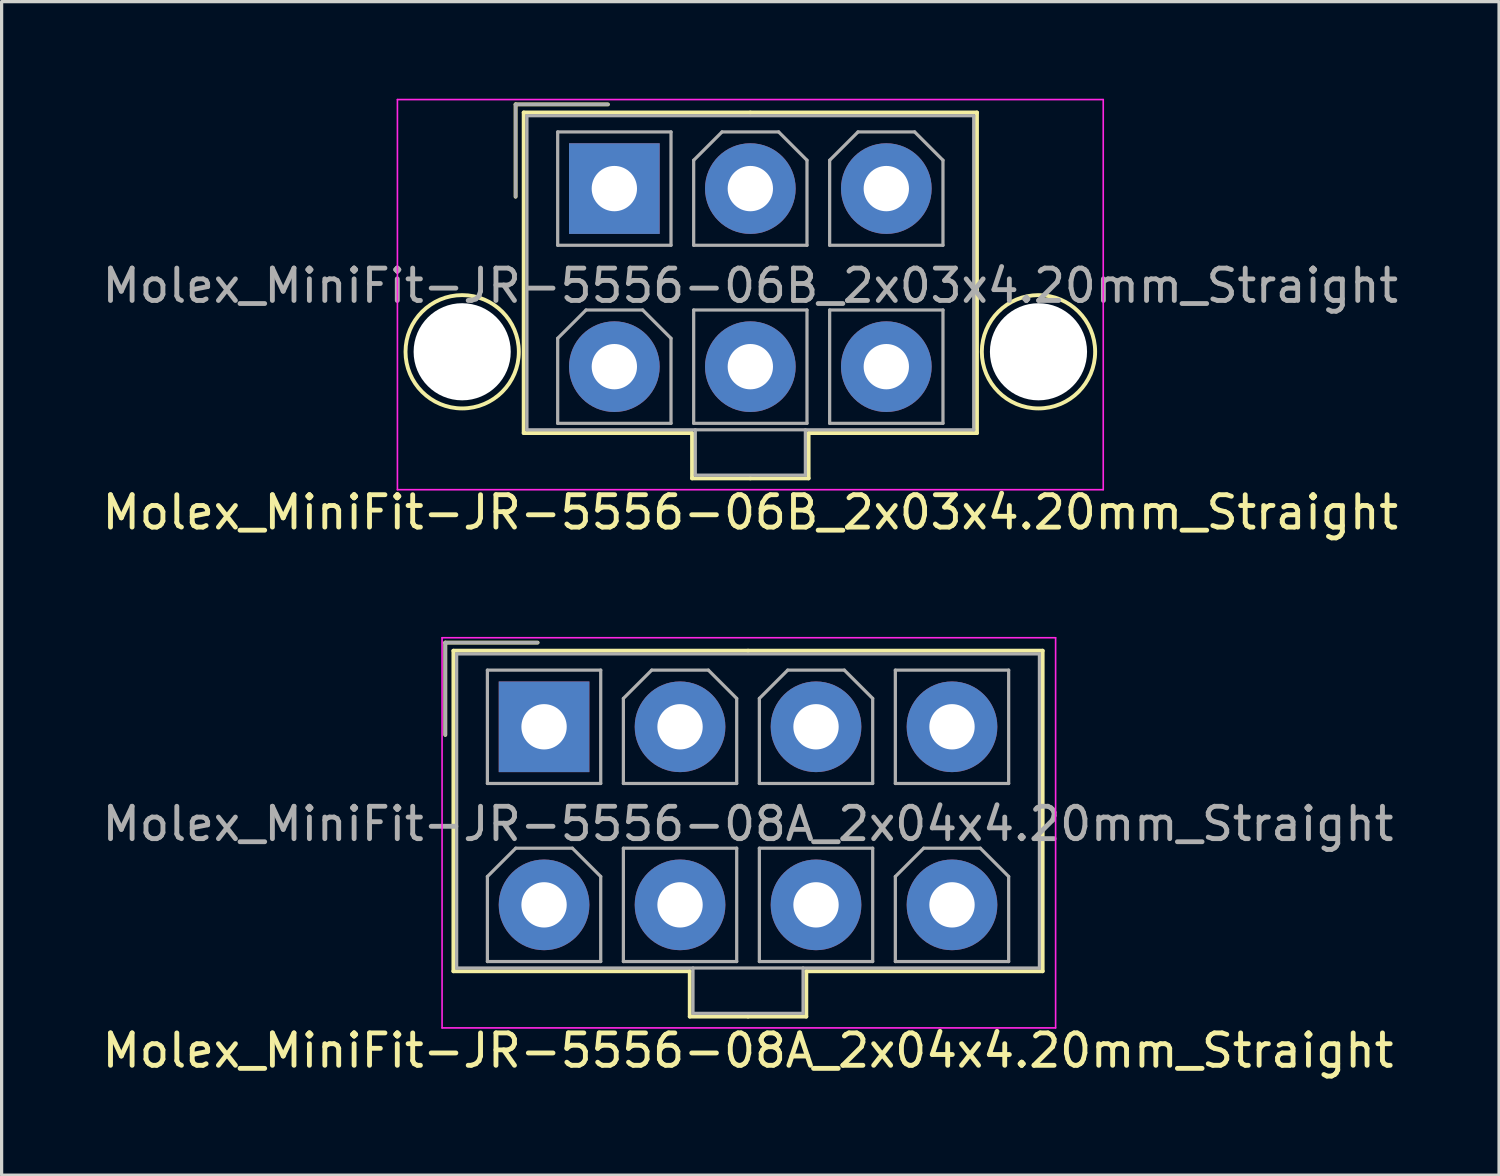
<source format=kicad_pcb>
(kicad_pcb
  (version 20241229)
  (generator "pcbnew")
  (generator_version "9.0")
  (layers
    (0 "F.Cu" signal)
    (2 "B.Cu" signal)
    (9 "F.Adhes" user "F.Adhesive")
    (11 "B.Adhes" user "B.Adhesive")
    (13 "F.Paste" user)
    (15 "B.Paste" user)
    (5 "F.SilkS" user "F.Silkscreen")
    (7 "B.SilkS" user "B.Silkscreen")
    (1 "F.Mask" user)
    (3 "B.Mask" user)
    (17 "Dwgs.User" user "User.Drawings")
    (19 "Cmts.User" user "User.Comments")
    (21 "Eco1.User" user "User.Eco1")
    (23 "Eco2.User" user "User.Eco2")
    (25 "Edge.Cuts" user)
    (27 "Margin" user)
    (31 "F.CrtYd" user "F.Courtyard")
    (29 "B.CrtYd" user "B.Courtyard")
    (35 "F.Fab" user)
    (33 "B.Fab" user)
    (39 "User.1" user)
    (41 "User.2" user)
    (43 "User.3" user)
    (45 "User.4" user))
  (footprint "Molex_MiniFit-JR-5556-08A_2x04x4.20mm_Straight"
    (layer "F.Cu")
    (at 13.754 19.398)
    (property "Reference" "Molex_MiniFit-JR-5556-08A_2x04x4.20mm_Straight" (at 6.3 10 0) (layer "F.SilkS") (effects (font (size 1 1) (thickness 0.15))))
    (attr through_hole)
    (fp_line (start -3.05 -2.6) (end -3.05 0.25) (stroke (width 0.12) (type solid)) (layer "F.SilkS"))
    (fp_line (start -2.8 -2.35) (end -2.8 7.55) (stroke (width 0.12) (type solid)) (layer "F.SilkS"))
    (fp_line (start -2.8 7.55) (end 4.5 7.55) (stroke (width 0.12) (type solid)) (layer "F.SilkS"))
    (fp_line (start -0.2 -2.6) (end -3.05 -2.6) (stroke (width 0.12) (type solid)) (layer "F.SilkS"))
    (fp_line (start 4.5 7.55) (end 4.5 8.95) (stroke (width 0.12) (type solid)) (layer "F.SilkS"))
    (fp_line (start 4.5 8.95) (end 6.3 8.95) (stroke (width 0.12) (type solid)) (layer "F.SilkS"))
    (fp_line (start 6.3 -2.35) (end -2.8 -2.35) (stroke (width 0.12) (type solid)) (layer "F.SilkS"))
    (fp_line (start 6.3 -2.35) (end 15.4 -2.35) (stroke (width 0.12) (type solid)) (layer "F.SilkS"))
    (fp_line (start 8.1 7.55) (end 8.1 8.95) (stroke (width 0.12) (type solid)) (layer "F.SilkS"))
    (fp_line (start 8.1 8.95) (end 6.3 8.95) (stroke (width 0.12) (type solid)) (layer "F.SilkS"))
    (fp_line (start 15.4 -2.35) (end 15.4 7.55) (stroke (width 0.12) (type solid)) (layer "F.SilkS"))
    (fp_line (start 15.4 7.55) (end 8.1 7.55) (stroke (width 0.12) (type solid)) (layer "F.SilkS"))
    (fp_line (start -3.15 -2.75) (end -3.15 9.3) (stroke (width 0.05) (type solid)) (layer "F.CrtYd"))
    (fp_line (start -3.15 9.3) (end 15.8 9.3) (stroke (width 0.05) (type solid)) (layer "F.CrtYd"))
    (fp_line (start 15.8 -2.75) (end -3.15 -2.75) (stroke (width 0.05) (type solid)) (layer "F.CrtYd"))
    (fp_line (start 15.8 9.3) (end 15.8 -2.75) (stroke (width 0.05) (type solid)) (layer "F.CrtYd"))
    (fp_line (start -3.05 -2.6) (end -3.05 0.25) (stroke (width 0.1) (type solid)) (layer "F.Fab"))
    (fp_line (start -2.7 -2.25) (end -2.7 7.45) (stroke (width 0.1) (type solid)) (layer "F.Fab"))
    (fp_line (start -2.7 7.45) (end 15.3 7.45) (stroke (width 0.1) (type solid)) (layer "F.Fab"))
    (fp_line (start -1.75 -1.75) (end -1.75 1.75) (stroke (width 0.1) (type solid)) (layer "F.Fab"))
    (fp_line (start -1.75 1.75) (end 1.75 1.75) (stroke (width 0.1) (type solid)) (layer "F.Fab"))
    (fp_line (start -1.75 4.625) (end -0.875 3.75) (stroke (width 0.1) (type solid)) (layer "F.Fab"))
    (fp_line (start -1.75 7.25) (end -1.75 4.625) (stroke (width 0.1) (type solid)) (layer "F.Fab"))
    (fp_line (start -0.875 3.75) (end 0.875 3.75) (stroke (width 0.1) (type solid)) (layer "F.Fab"))
    (fp_line (start -0.2 -2.6) (end -3.05 -2.6) (stroke (width 0.1) (type solid)) (layer "F.Fab"))
    (fp_line (start 0.875 3.75) (end 1.75 4.625) (stroke (width 0.1) (type solid)) (layer "F.Fab"))
    (fp_line (start 1.75 -1.75) (end -1.75 -1.75) (stroke (width 0.1) (type solid)) (layer "F.Fab"))
    (fp_line (start 1.75 1.75) (end 1.75 -1.75) (stroke (width 0.1) (type solid)) (layer "F.Fab"))
    (fp_line (start 1.75 4.625) (end 1.75 7.25) (stroke (width 0.1) (type solid)) (layer "F.Fab"))
    (fp_line (start 1.75 7.25) (end -1.75 7.25) (stroke (width 0.1) (type solid)) (layer "F.Fab"))
    (fp_line (start 2.45 -0.875) (end 3.325 -1.75) (stroke (width 0.1) (type solid)) (layer "F.Fab"))
    (fp_line (start 2.45 1.75) (end 2.45 -0.875) (stroke (width 0.1) (type solid)) (layer "F.Fab"))
    (fp_line (start 2.45 3.75) (end 2.45 7.25) (stroke (width 0.1) (type solid)) (layer "F.Fab"))
    (fp_line (start 2.45 7.25) (end 5.95 7.25) (stroke (width 0.1) (type solid)) (layer "F.Fab"))
    (fp_line (start 3.325 -1.75) (end 5.075 -1.75) (stroke (width 0.1) (type solid)) (layer "F.Fab"))
    (fp_line (start 4.6 7.45) (end 4.6 8.85) (stroke (width 0.1) (type solid)) (layer "F.Fab"))
    (fp_line (start 4.6 8.85) (end 8 8.85) (stroke (width 0.1) (type solid)) (layer "F.Fab"))
    (fp_line (start 5.075 -1.75) (end 5.95 -0.875) (stroke (width 0.1) (type solid)) (layer "F.Fab"))
    (fp_line (start 5.95 -0.875) (end 5.95 1.75) (stroke (width 0.1) (type solid)) (layer "F.Fab"))
    (fp_line (start 5.95 1.75) (end 2.45 1.75) (stroke (width 0.1) (type solid)) (layer "F.Fab"))
    (fp_line (start 5.95 3.75) (end 2.45 3.75) (stroke (width 0.1) (type solid)) (layer "F.Fab"))
    (fp_line (start 5.95 7.25) (end 5.95 3.75) (stroke (width 0.1) (type solid)) (layer "F.Fab"))
    (fp_line (start 6.65 -0.875) (end 7.525 -1.75) (stroke (width 0.1) (type solid)) (layer "F.Fab"))
    (fp_line (start 6.65 1.75) (end 6.65 -0.875) (stroke (width 0.1) (type solid)) (layer "F.Fab"))
    (fp_line (start 6.65 3.75) (end 6.65 7.25) (stroke (width 0.1) (type solid)) (layer "F.Fab"))
    (fp_line (start 6.65 7.25) (end 10.15 7.25) (stroke (width 0.1) (type solid)) (layer "F.Fab"))
    (fp_line (start 7.525 -1.75) (end 9.275 -1.75) (stroke (width 0.1) (type solid)) (layer "F.Fab"))
    (fp_line (start 8 8.85) (end 8 7.45) (stroke (width 0.1) (type solid)) (layer "F.Fab"))
    (fp_line (start 9.275 -1.75) (end 10.15 -0.875) (stroke (width 0.1) (type solid)) (layer "F.Fab"))
    (fp_line (start 10.15 -0.875) (end 10.15 1.75) (stroke (width 0.1) (type solid)) (layer "F.Fab"))
    (fp_line (start 10.15 1.75) (end 6.65 1.75) (stroke (width 0.1) (type solid)) (layer "F.Fab"))
    (fp_line (start 10.15 3.75) (end 6.65 3.75) (stroke (width 0.1) (type solid)) (layer "F.Fab"))
    (fp_line (start 10.15 7.25) (end 10.15 3.75) (stroke (width 0.1) (type solid)) (layer "F.Fab"))
    (fp_line (start 10.85 -1.75) (end 10.85 1.75) (stroke (width 0.1) (type solid)) (layer "F.Fab"))
    (fp_line (start 10.85 1.75) (end 14.35 1.75) (stroke (width 0.1) (type solid)) (layer "F.Fab"))
    (fp_line (start 10.85 4.625) (end 11.725 3.75) (stroke (width 0.1) (type solid)) (layer "F.Fab"))
    (fp_line (start 10.85 7.25) (end 10.85 4.625) (stroke (width 0.1) (type solid)) (layer "F.Fab"))
    (fp_line (start 11.725 3.75) (end 13.475 3.75) (stroke (width 0.1) (type solid)) (layer "F.Fab"))
    (fp_line (start 13.475 3.75) (end 14.35 4.625) (stroke (width 0.1) (type solid)) (layer "F.Fab"))
    (fp_line (start 14.35 -1.75) (end 10.85 -1.75) (stroke (width 0.1) (type solid)) (layer "F.Fab"))
    (fp_line (start 14.35 1.75) (end 14.35 -1.75) (stroke (width 0.1) (type solid)) (layer "F.Fab"))
    (fp_line (start 14.35 4.625) (end 14.35 7.25) (stroke (width 0.1) (type solid)) (layer "F.Fab"))
    (fp_line (start 14.35 7.25) (end 10.85 7.25) (stroke (width 0.1) (type solid)) (layer "F.Fab"))
    (fp_line (start 15.3 -2.25) (end -2.7 -2.25) (stroke (width 0.1) (type solid)) (layer "F.Fab"))
    (fp_line (start 15.3 7.45) (end 15.3 -2.25) (stroke (width 0.1) (type solid)) (layer "F.Fab"))
    (fp_text user "${REFERENCE}" (at 6.3 3 0) (layer "F.Fab") (effects (font (size 1 1) (thickness 0.15))))
    (pad "1" thru_hole rect (at 0 0) (size 2.8 2.8) (drill 1.4) (layers "*.Cu" "*.Mask"))
    (pad "2" thru_hole circle (at 4.2 0) (size 2.8 2.8) (drill 1.4) (layers "*.Cu" "*.Mask"))
    (pad "3" thru_hole circle (at 8.4 0) (size 2.8 2.8) (drill 1.4) (layers "*.Cu" "*.Mask"))
    (pad "4" thru_hole circle (at 12.6 0) (size 2.8 2.8) (drill 1.4) (layers "*.Cu" "*.Mask"))
    (pad "5" thru_hole circle (at 0 5.5) (size 2.8 2.8) (drill 1.4) (layers "*.Cu" "*.Mask"))
    (pad "6" thru_hole circle (at 4.2 5.5) (size 2.8 2.8) (drill 1.4) (layers "*.Cu" "*.Mask"))
    (pad "7" thru_hole circle (at 8.4 5.5) (size 2.8 2.8) (drill 1.4) (layers "*.Cu" "*.Mask"))
    (pad "8" thru_hole circle (at 12.6 5.5) (size 2.8 2.8) (drill 1.4) (layers "*.Cu" "*.Mask")))
  (footprint "Molex_MiniFit-JR-5556-06B_2x03x4.20mm_Straight"
    (layer "F.Cu")
    (at 15.925 2.775)
    (property "Reference" "Molex_MiniFit-JR-5556-06B_2x03x4.20mm_Straight" (at 4.2 10 0) (layer "F.SilkS") (effects (font (size 1 1) (thickness 0.15))))
    (attr through_hole)
    (fp_line (start -3.05 -2.6) (end -3.05 0.25) (stroke (width 0.12) (type solid)) (layer "F.SilkS"))
    (fp_line (start -2.8 -2.35) (end -2.8 7.55) (stroke (width 0.12) (type solid)) (layer "F.SilkS"))
    (fp_line (start -2.8 7.55) (end 2.4 7.55) (stroke (width 0.12) (type solid)) (layer "F.SilkS"))
    (fp_line (start -0.2 -2.6) (end -3.05 -2.6) (stroke (width 0.12) (type solid)) (layer "F.SilkS"))
    (fp_line (start 2.4 7.55) (end 2.4 8.95) (stroke (width 0.12) (type solid)) (layer "F.SilkS"))
    (fp_line (start 2.4 8.95) (end 4.2 8.95) (stroke (width 0.12) (type solid)) (layer "F.SilkS"))
    (fp_line (start 4.2 -2.35) (end -2.8 -2.35) (stroke (width 0.12) (type solid)) (layer "F.SilkS"))
    (fp_line (start 4.2 -2.35) (end 11.2 -2.35) (stroke (width 0.12) (type solid)) (layer "F.SilkS"))
    (fp_line (start 6 7.55) (end 6 8.95) (stroke (width 0.12) (type solid)) (layer "F.SilkS"))
    (fp_line (start 6 8.95) (end 4.2 8.95) (stroke (width 0.12) (type solid)) (layer "F.SilkS"))
    (fp_line (start 11.2 -2.35) (end 11.2 7.55) (stroke (width 0.12) (type solid)) (layer "F.SilkS"))
    (fp_line (start 11.2 7.55) (end 6 7.55) (stroke (width 0.12) (type solid)) (layer "F.SilkS"))
    (fp_circle (center -4.7 5.04) (end -2.95 5.04) (stroke (width 0.12) (type solid)) (fill no) (layer "F.SilkS"))
    (fp_circle (center 13.1 5.04) (end 14.85 5.04) (stroke (width 0.12) (type solid)) (fill no) (layer "F.SilkS"))
    (fp_line (start -6.7 -2.75) (end -6.7 9.3) (stroke (width 0.05) (type solid)) (layer "F.CrtYd"))
    (fp_line (start -6.7 9.3) (end 15.1 9.3) (stroke (width 0.05) (type solid)) (layer "F.CrtYd"))
    (fp_line (start 15.1 -2.75) (end -6.7 -2.75) (stroke (width 0.05) (type solid)) (layer "F.CrtYd"))
    (fp_line (start 15.1 9.3) (end 15.1 -2.75) (stroke (width 0.05) (type solid)) (layer "F.CrtYd"))
    (fp_line (start -3.05 -2.6) (end -3.05 0.25) (stroke (width 0.1) (type solid)) (layer "F.Fab"))
    (fp_line (start -2.7 -2.25) (end -2.7 7.45) (stroke (width 0.1) (type solid)) (layer "F.Fab"))
    (fp_line (start -2.7 7.45) (end 11.1 7.45) (stroke (width 0.1) (type solid)) (layer "F.Fab"))
    (fp_line (start -1.75 -1.75) (end -1.75 1.75) (stroke (width 0.1) (type solid)) (layer "F.Fab"))
    (fp_line (start -1.75 1.75) (end 1.75 1.75) (stroke (width 0.1) (type solid)) (layer "F.Fab"))
    (fp_line (start -1.75 4.625) (end -0.875 3.75) (stroke (width 0.1) (type solid)) (layer "F.Fab"))
    (fp_line (start -1.75 7.25) (end -1.75 4.625) (stroke (width 0.1) (type solid)) (layer "F.Fab"))
    (fp_line (start -0.875 3.75) (end 0.875 3.75) (stroke (width 0.1) (type solid)) (layer "F.Fab"))
    (fp_line (start -0.2 -2.6) (end -3.05 -2.6) (stroke (width 0.1) (type solid)) (layer "F.Fab"))
    (fp_line (start 0.875 3.75) (end 1.75 4.625) (stroke (width 0.1) (type solid)) (layer "F.Fab"))
    (fp_line (start 1.75 -1.75) (end -1.75 -1.75) (stroke (width 0.1) (type solid)) (layer "F.Fab"))
    (fp_line (start 1.75 1.75) (end 1.75 -1.75) (stroke (width 0.1) (type solid)) (layer "F.Fab"))
    (fp_line (start 1.75 4.625) (end 1.75 7.25) (stroke (width 0.1) (type solid)) (layer "F.Fab"))
    (fp_line (start 1.75 7.25) (end -1.75 7.25) (stroke (width 0.1) (type solid)) (layer "F.Fab"))
    (fp_line (start 2.45 -0.875) (end 3.325 -1.75) (stroke (width 0.1) (type solid)) (layer "F.Fab"))
    (fp_line (start 2.45 1.75) (end 2.45 -0.875) (stroke (width 0.1) (type solid)) (layer "F.Fab"))
    (fp_line (start 2.45 3.75) (end 2.45 7.25) (stroke (width 0.1) (type solid)) (layer "F.Fab"))
    (fp_line (start 2.45 7.25) (end 5.95 7.25) (stroke (width 0.1) (type solid)) (layer "F.Fab"))
    (fp_line (start 2.5 7.45) (end 2.5 8.85) (stroke (width 0.1) (type solid)) (layer "F.Fab"))
    (fp_line (start 2.5 8.85) (end 5.9 8.85) (stroke (width 0.1) (type solid)) (layer "F.Fab"))
    (fp_line (start 3.325 -1.75) (end 5.075 -1.75) (stroke (width 0.1) (type solid)) (layer "F.Fab"))
    (fp_line (start 5.075 -1.75) (end 5.95 -0.875) (stroke (width 0.1) (type solid)) (layer "F.Fab"))
    (fp_line (start 5.9 8.85) (end 5.9 7.45) (stroke (width 0.1) (type solid)) (layer "F.Fab"))
    (fp_line (start 5.95 -0.875) (end 5.95 1.75) (stroke (width 0.1) (type solid)) (layer "F.Fab"))
    (fp_line (start 5.95 1.75) (end 2.45 1.75) (stroke (width 0.1) (type solid)) (layer "F.Fab"))
    (fp_line (start 5.95 3.75) (end 2.45 3.75) (stroke (width 0.1) (type solid)) (layer "F.Fab"))
    (fp_line (start 5.95 7.25) (end 5.95 3.75) (stroke (width 0.1) (type solid)) (layer "F.Fab"))
    (fp_line (start 6.65 -0.875) (end 7.525 -1.75) (stroke (width 0.1) (type solid)) (layer "F.Fab"))
    (fp_line (start 6.65 1.75) (end 6.65 -0.875) (stroke (width 0.1) (type solid)) (layer "F.Fab"))
    (fp_line (start 6.65 3.75) (end 6.65 7.25) (stroke (width 0.1) (type solid)) (layer "F.Fab"))
    (fp_line (start 6.65 7.25) (end 10.15 7.25) (stroke (width 0.1) (type solid)) (layer "F.Fab"))
    (fp_line (start 7.525 -1.75) (end 9.275 -1.75) (stroke (width 0.1) (type solid)) (layer "F.Fab"))
    (fp_line (start 9.275 -1.75) (end 10.15 -0.875) (stroke (width 0.1) (type solid)) (layer "F.Fab"))
    (fp_line (start 10.15 -0.875) (end 10.15 1.75) (stroke (width 0.1) (type solid)) (layer "F.Fab"))
    (fp_line (start 10.15 1.75) (end 6.65 1.75) (stroke (width 0.1) (type solid)) (layer "F.Fab"))
    (fp_line (start 10.15 3.75) (end 6.65 3.75) (stroke (width 0.1) (type solid)) (layer "F.Fab"))
    (fp_line (start 10.15 7.25) (end 10.15 3.75) (stroke (width 0.1) (type solid)) (layer "F.Fab"))
    (fp_line (start 11.1 -2.25) (end -2.7 -2.25) (stroke (width 0.1) (type solid)) (layer "F.Fab"))
    (fp_line (start 11.1 7.45) (end 11.1 -2.25) (stroke (width 0.1) (type solid)) (layer "F.Fab"))
    (fp_text user "${REFERENCE}" (at 4.2 3 0) (layer "F.Fab") (effects (font (size 1 1) (thickness 0.15))))
    (pad "" np_thru_hole circle (at -4.7 5.04) (size 3 3) (drill 3) (layers "*.Cu" "*.Mask"))
    (pad "" np_thru_hole circle (at 13.1 5.04) (size 3 3) (drill 3) (layers "*.Cu" "*.Mask"))
    (pad "1" thru_hole rect (at 0 0) (size 2.8 2.8) (drill 1.4) (layers "*.Cu" "*.Mask"))
    (pad "2" thru_hole circle (at 4.2 0) (size 2.8 2.8) (drill 1.4) (layers "*.Cu" "*.Mask"))
    (pad "3" thru_hole circle (at 8.4 0) (size 2.8 2.8) (drill 1.4) (layers "*.Cu" "*.Mask"))
    (pad "4" thru_hole circle (at 0 5.5) (size 2.8 2.8) (drill 1.4) (layers "*.Cu" "*.Mask"))
    (pad "5" thru_hole circle (at 4.2 5.5) (size 2.8 2.8) (drill 1.4) (layers "*.Cu" "*.Mask"))
    (pad "6" thru_hole circle (at 8.4 5.5) (size 2.8 2.8) (drill 1.4) (layers "*.Cu" "*.Mask")))
  (gr_rect
    (start -3 -3)
    (end 43.25 33.246)
    (stroke (width 0.1) (type default))
    (fill no)
    (layer "Edge.Cuts")))
</source>
